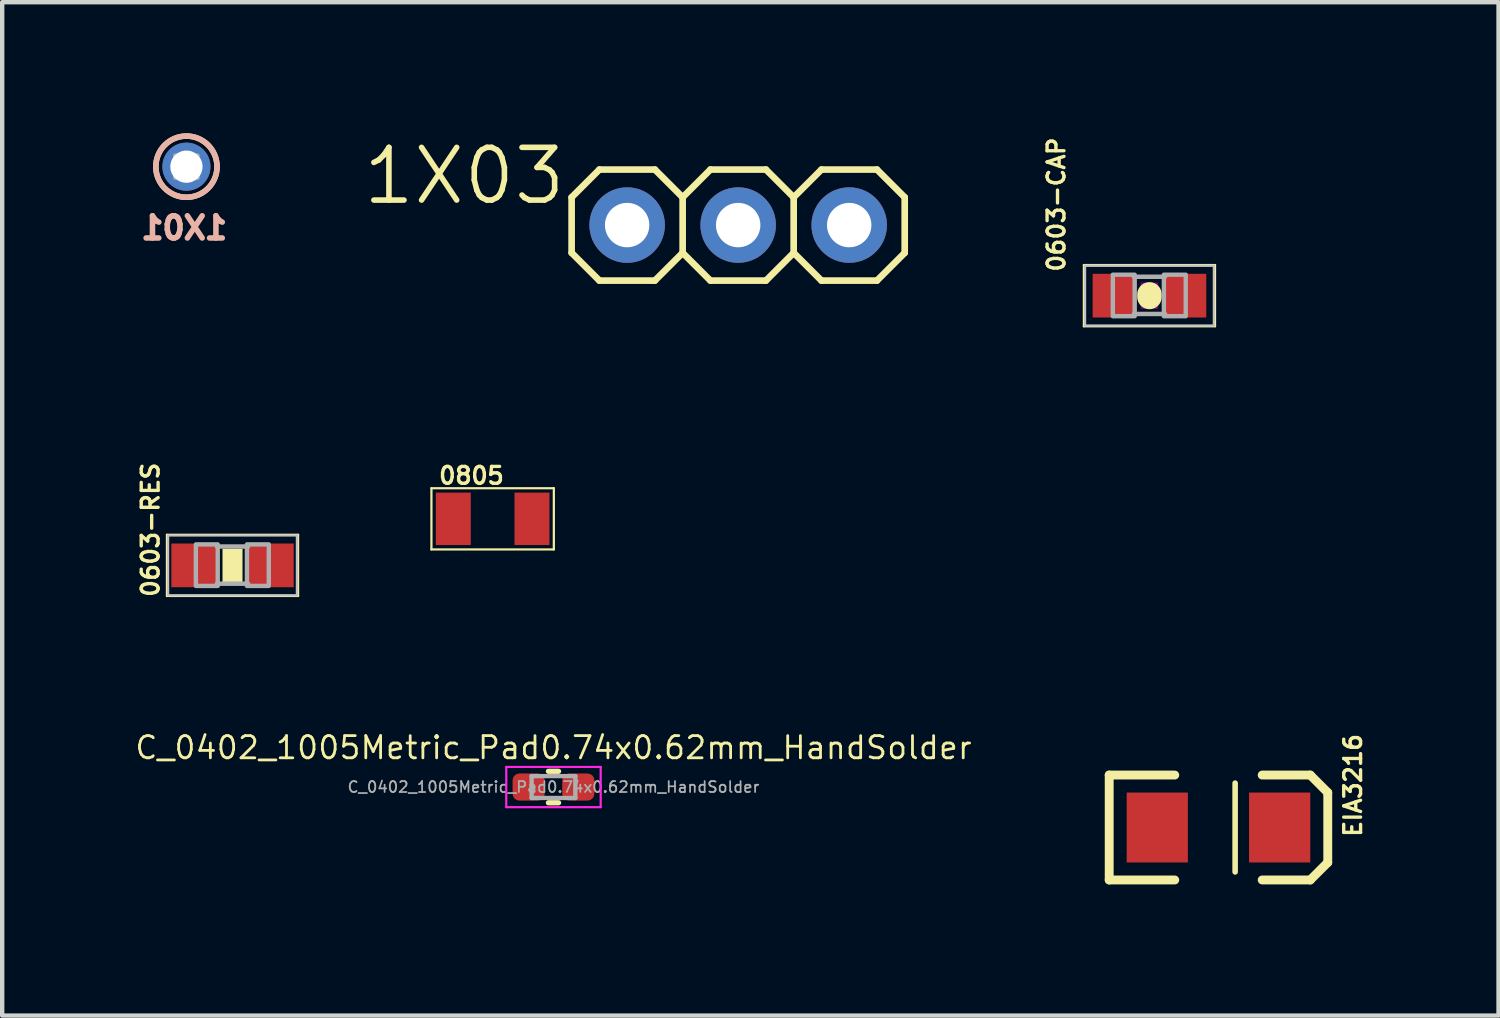
<source format=kicad_pcb>
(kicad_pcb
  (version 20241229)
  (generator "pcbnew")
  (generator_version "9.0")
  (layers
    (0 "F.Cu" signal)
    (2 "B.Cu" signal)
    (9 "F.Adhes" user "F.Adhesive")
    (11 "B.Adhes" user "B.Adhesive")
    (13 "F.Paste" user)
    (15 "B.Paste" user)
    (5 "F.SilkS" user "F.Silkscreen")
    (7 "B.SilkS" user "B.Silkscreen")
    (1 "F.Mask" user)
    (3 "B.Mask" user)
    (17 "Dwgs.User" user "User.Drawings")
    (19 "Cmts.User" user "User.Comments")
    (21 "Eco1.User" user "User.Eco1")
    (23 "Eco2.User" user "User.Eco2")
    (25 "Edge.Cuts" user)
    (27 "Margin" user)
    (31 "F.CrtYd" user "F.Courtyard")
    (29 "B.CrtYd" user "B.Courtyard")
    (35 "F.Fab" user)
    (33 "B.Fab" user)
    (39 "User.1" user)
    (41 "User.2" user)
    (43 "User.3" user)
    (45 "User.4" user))
  (footprint "1X03"
    (layer "F.Cu")
    (at 13.837 2.099)
    (property "Reference" "1X03" (at -3.886 -1.829 0) (layer "F.SilkS") (effects (font (size 1.206 1.206) (thickness 0.127)) (justify right top)))
    (attr through_hole)
    (fp_line (start -3.81 -0.635) (end -3.81 0.635) (stroke (width 0.152) (type solid)) (layer "F.SilkS"))
    (fp_line (start -3.81 0.635) (end -3.175 1.27) (stroke (width 0.152) (type solid)) (layer "F.SilkS"))
    (fp_line (start -3.175 -1.27) (end -3.81 -0.635) (stroke (width 0.152) (type solid)) (layer "F.SilkS"))
    (fp_line (start -3.175 -1.27) (end -1.905 -1.27) (stroke (width 0.152) (type solid)) (layer "F.SilkS"))
    (fp_line (start -1.905 -1.27) (end -1.27 -0.635) (stroke (width 0.152) (type solid)) (layer "F.SilkS"))
    (fp_line (start -1.905 1.27) (end -3.175 1.27) (stroke (width 0.152) (type solid)) (layer "F.SilkS"))
    (fp_line (start -1.27 -0.635) (end -1.27 0.635) (stroke (width 0.152) (type solid)) (layer "F.SilkS"))
    (fp_line (start -1.27 -0.635) (end -0.635 -1.27) (stroke (width 0.152) (type solid)) (layer "F.SilkS"))
    (fp_line (start -1.27 0.635) (end -1.905 1.27) (stroke (width 0.152) (type solid)) (layer "F.SilkS"))
    (fp_line (start -0.635 -1.27) (end 0.635 -1.27) (stroke (width 0.152) (type solid)) (layer "F.SilkS"))
    (fp_line (start -0.635 1.27) (end -1.27 0.635) (stroke (width 0.152) (type solid)) (layer "F.SilkS"))
    (fp_line (start 0.635 -1.27) (end 1.27 -0.635) (stroke (width 0.152) (type solid)) (layer "F.SilkS"))
    (fp_line (start 0.635 1.27) (end -0.635 1.27) (stroke (width 0.152) (type solid)) (layer "F.SilkS"))
    (fp_line (start 1.27 -0.635) (end 1.27 0.635) (stroke (width 0.152) (type solid)) (layer "F.SilkS"))
    (fp_line (start 1.27 -0.635) (end 1.905 -1.27) (stroke (width 0.152) (type solid)) (layer "F.SilkS"))
    (fp_line (start 1.27 0.635) (end 0.635 1.27) (stroke (width 0.152) (type solid)) (layer "F.SilkS"))
    (fp_line (start 1.905 -1.27) (end 3.175 -1.27) (stroke (width 0.152) (type solid)) (layer "F.SilkS"))
    (fp_line (start 1.905 1.27) (end 1.27 0.635) (stroke (width 0.152) (type solid)) (layer "F.SilkS"))
    (fp_line (start 3.175 -1.27) (end 3.81 -0.635) (stroke (width 0.152) (type solid)) (layer "F.SilkS"))
    (fp_line (start 3.175 1.27) (end 1.905 1.27) (stroke (width 0.152) (type solid)) (layer "F.SilkS"))
    (fp_line (start 3.81 -0.635) (end 3.81 0.635) (stroke (width 0.152) (type solid)) (layer "F.SilkS"))
    (fp_line (start 3.81 0.635) (end 3.175 1.27) (stroke (width 0.152) (type solid)) (layer "F.SilkS"))
    (fp_poly (pts (xy -2.794 0.254) (xy -2.286 0.254) (xy -2.286 -0.254) (xy -2.794 -0.254)) (stroke (width 0.1) (type solid)) (fill no) (layer "F.Fab"))
    (fp_poly (pts (xy -0.254 0.254) (xy 0.254 0.254) (xy 0.254 -0.254) (xy -0.254 -0.254)) (stroke (width 0.1) (type solid)) (fill no) (layer "F.Fab"))
    (fp_poly (pts (xy 2.286 0.254) (xy 2.794 0.254) (xy 2.794 -0.254) (xy 2.286 -0.254)) (stroke (width 0.1) (type solid)) (fill no) (layer "F.Fab"))
    (pad "1" thru_hole circle (at -2.54 0 90) (size 1.727 1.727) (drill 1.016) (layers "*.Cu" "*.Mask"))
    (pad "2" thru_hole circle (at 0 0 90) (size 1.727 1.727) (drill 1.016) (layers "*.Cu" "*.Mask"))
    (pad "3" thru_hole circle (at 2.54 0 90) (size 1.727 1.727) (drill 1.016) (layers "*.Cu" "*.Mask")))
  (footprint "0603-RES"
    (layer "F.Cu")
    (at 2.269 9.884)
    (property "Reference" "0603-RES" (at -1.651 0.762 90) (layer "F.SilkS") (effects (font (size 0.386 0.386) (thickness 0.077)) (justify left bottom)))
    (attr through_hole)
    (fp_line (start -1.5 -0.7) (end 1.5 -0.7) (stroke (width 0.051) (type solid)) (layer "F.SilkS"))
    (fp_line (start -1.5 0.7) (end -1.5 -0.7) (stroke (width 0.051) (type solid)) (layer "F.SilkS"))
    (fp_line (start 1.5 -0.7) (end 1.5 0.7) (stroke (width 0.051) (type solid)) (layer "F.SilkS"))
    (fp_line (start 1.5 0.7) (end -1.5 0.7) (stroke (width 0.051) (type solid)) (layer "F.SilkS"))
    (fp_poly (pts (xy -0.229 0.381) (xy 0.229 0.381) (xy 0.229 -0.381) (xy -0.229 -0.381)) (stroke (width 0) (type solid)) (fill yes) (layer "F.SilkS"))
    (fp_poly (pts (xy -0.2 0.3) (xy 0.2 0.3) (xy 0.2 -0.3) (xy -0.2 -0.3)) (stroke (width 0) (type solid)) (fill yes) (layer "F.Adhes"))
    (fp_line (start -1.473 -0.683) (end 1.473 -0.683) (stroke (width 0.051) (type solid)) (layer "Dwgs.User"))
    (fp_line (start -1.473 0.683) (end -1.473 -0.683) (stroke (width 0.051) (type solid)) (layer "Dwgs.User"))
    (fp_line (start 1.473 -0.683) (end 1.473 0.683) (stroke (width 0.051) (type solid)) (layer "Dwgs.User"))
    (fp_line (start 1.473 0.683) (end -1.473 0.683) (stroke (width 0.051) (type solid)) (layer "Dwgs.User"))
    (fp_line (start -0.356 -0.432) (end 0.356 -0.432) (stroke (width 0.102) (type solid)) (layer "F.Fab"))
    (fp_line (start -0.356 0.419) (end 0.356 0.419) (stroke (width 0.102) (type solid)) (layer "F.Fab"))
    (fp_poly (pts (xy -0.838 0.47) (xy -0.338 0.47) (xy -0.338 -0.48) (xy -0.838 -0.48)) (stroke (width 0.1) (type solid)) (fill no) (layer "F.Fab"))
    (fp_poly (pts (xy 0.33 0.47) (xy 0.83 0.47) (xy 0.83 -0.48) (xy 0.33 -0.48)) (stroke (width 0.1) (type solid)) (fill no) (layer "F.Fab"))
    (pad "1" smd rect (at -0.85 0) (size 1.1 1) (layers "F.Cu" "F.Mask" "F.Paste"))
    (pad "2" smd rect (at 0.85 0) (size 1.1 1) (layers "F.Cu" "F.Mask" "F.Paste")))
  (footprint "1X01"
    (layer "F.Cu")
    (at 1.215 0.763)
    (property "Reference" "1X01" (at 1 1.7 0) (layer "B.SilkS") (effects (font (size 0.508 0.508) (thickness 0.127)) (justify left bottom mirror)))
    (fp_circle (center 0 0) (end 0.7 0) (stroke (width 0.127) (type solid)) (fill no) (layer "F.SilkS"))
    (fp_circle (center 0 0) (end 0.7 0) (stroke (width 0.127) (type solid)) (fill no) (layer "B.SilkS"))
    (fp_poly (pts (xy -0.254 0.254) (xy 0.254 0.254) (xy 0.254 -0.254) (xy -0.254 -0.254)) (stroke (width 0.1) (type solid)) (fill no) (layer "F.Fab"))
    (pad "1" thru_hole circle (at 0 0) (size 1.1 1.1) (drill 0.737) (layers "*.Cu" "*.Mask")))
  (footprint "EIA3216"
    (layer "F.Cu")
    (at 24.825 15.881)
    (property "Reference" "EIA3216" (at 3.302 0.254 270) (layer "F.SilkS") (effects (font (size 0.386 0.386) (thickness 0.077)) (justify left bottom)))
    (attr through_hole)
    (fp_line (start -2.5 -1.2) (end -1 -1.2) (stroke (width 0.203) (type solid)) (layer "F.SilkS"))
    (fp_line (start -2.5 1.2) (end -2.5 -1.2) (stroke (width 0.203) (type solid)) (layer "F.SilkS"))
    (fp_line (start -1 1.2) (end -2.5 1.2) (stroke (width 0.203) (type solid)) (layer "F.SilkS"))
    (fp_line (start 0.381 -1.016) (end 0.381 1.016) (stroke (width 0.127) (type solid)) (layer "F.SilkS"))
    (fp_line (start 1 1.2) (end 2.1 1.2) (stroke (width 0.203) (type solid)) (layer "F.SilkS"))
    (fp_line (start 2.1 -1.2) (end 1 -1.2) (stroke (width 0.203) (type solid)) (layer "F.SilkS"))
    (fp_line (start 2.1 1.2) (end 2.5 0.8) (stroke (width 0.203) (type solid)) (layer "F.SilkS"))
    (fp_line (start 2.5 -0.8) (end 2.1 -1.2) (stroke (width 0.203) (type solid)) (layer "F.SilkS"))
    (fp_line (start 2.5 0.8) (end 2.5 -0.8) (stroke (width 0.203) (type solid)) (layer "F.SilkS"))
    (pad "A" smd rect (at 1.4 0 90) (size 1.6 1.4) (layers "F.Cu" "F.Mask" "F.Paste"))
    (pad "C" smd rect (at -1.4 0 90) (size 1.6 1.4) (layers "F.Cu" "F.Mask" "F.Paste")))
  (footprint "C_0402_1005Metric_Pad0.74x0.62mm_HandSolder"
    (layer "F.Cu")
    (at 9.612 14.955)
    (property "Reference" "C_0402_1005Metric_Pad0.74x0.62mm_HandSolder" (at 0 -0.9 0) (layer "F.SilkS") (effects (font (size 0.508 0.508) (thickness 0.064))))
    (attr smd)
    (fp_line (start -0.116 -0.36) (end 0.116 -0.36) (stroke (width 0.12) (type solid)) (layer "F.SilkS"))
    (fp_line (start -0.116 0.36) (end 0.116 0.36) (stroke (width 0.12) (type solid)) (layer "F.SilkS"))
    (fp_line (start -1.08 -0.46) (end 1.08 -0.46) (stroke (width 0.05) (type solid)) (layer "F.CrtYd"))
    (fp_line (start -1.08 0.46) (end -1.08 -0.46) (stroke (width 0.05) (type solid)) (layer "F.CrtYd"))
    (fp_line (start 1.08 -0.46) (end 1.08 0.46) (stroke (width 0.05) (type solid)) (layer "F.CrtYd"))
    (fp_line (start 1.08 0.46) (end -1.08 0.46) (stroke (width 0.05) (type solid)) (layer "F.CrtYd"))
    (fp_line (start -0.5 -0.25) (end 0.5 -0.25) (stroke (width 0.1) (type solid)) (layer "F.Fab"))
    (fp_line (start -0.5 0.25) (end -0.5 -0.25) (stroke (width 0.1) (type solid)) (layer "F.Fab"))
    (fp_line (start 0.5 -0.25) (end 0.5 0.25) (stroke (width 0.1) (type solid)) (layer "F.Fab"))
    (fp_line (start 0.5 0.25) (end -0.5 0.25) (stroke (width 0.1) (type solid)) (layer "F.Fab"))
    (fp_text user "${REFERENCE}" (at 0 0 0) (layer "F.Fab") (effects (font (size 0.25 0.25) (thickness 0.04))))
    (pad "1" smd roundrect (at -0.568 0) (size 0.735 0.62) (layers "F.Cu" "F.Mask" "F.Paste") (roundrect_rratio 0.25))
    (pad "2" smd roundrect (at 0.568 0) (size 0.735 0.62) (layers "F.Cu" "F.Mask" "F.Paste") (roundrect_rratio 0.25)))
  (footprint "0805"
    (layer "F.Cu")
    (at 8.22 8.819)
    (property "Reference" "0805" (at -1.27 -0.762 180) (layer "F.SilkS") (effects (font (size 0.386 0.386) (thickness 0.077)) (justify left bottom)))
    (attr through_hole)
    (fp_line (start -1.4 -0.7) (end 1.4 -0.7) (stroke (width 0.051) (type solid)) (layer "F.SilkS"))
    (fp_line (start -1.4 0.7) (end -1.4 -0.7) (stroke (width 0.051) (type solid)) (layer "F.SilkS"))
    (fp_line (start 1.4 -0.7) (end 1.4 0.7) (stroke (width 0.051) (type solid)) (layer "F.SilkS"))
    (fp_line (start 1.4 0.7) (end -1.4 0.7) (stroke (width 0.051) (type solid)) (layer "F.SilkS"))
    (pad "1" smd rect (at -0.9 0) (size 0.8 1.2) (layers "F.Cu" "F.Mask" "F.Paste"))
    (pad "2" smd rect (at 0.9 0) (size 0.8 1.2) (layers "F.Cu" "F.Mask" "F.Paste")))
  (footprint "0603-CAP"
    (layer "F.Cu")
    (at 23.246 3.714)
    (property "Reference" "0603-CAP" (at -1.905 -0.508 270) (layer "F.SilkS") (effects (font (size 0.386 0.386) (thickness 0.077)) (justify left bottom)))
    (attr through_hole)
    (fp_line (start -1.5 -0.7) (end 1.5 -0.7) (stroke (width 0.051) (type solid)) (layer "F.SilkS"))
    (fp_line (start -1.5 0.7) (end -1.5 -0.7) (stroke (width 0.051) (type solid)) (layer "F.SilkS"))
    (fp_line (start 0 -0.03) (end 0 0.03) (stroke (width 0.559) (type solid)) (layer "F.SilkS"))
    (fp_line (start 1.5 -0.7) (end 1.5 0.7) (stroke (width 0.051) (type solid)) (layer "F.SilkS"))
    (fp_line (start 1.5 0.7) (end -1.5 0.7) (stroke (width 0.051) (type solid)) (layer "F.SilkS"))
    (fp_poly (pts (xy -0.2 0.3) (xy 0.2 0.3) (xy 0.2 -0.3) (xy -0.2 -0.3)) (stroke (width 0) (type solid)) (fill yes) (layer "F.Adhes"))
    (fp_line (start -1.473 -0.683) (end 1.473 -0.683) (stroke (width 0.051) (type solid)) (layer "Dwgs.User"))
    (fp_line (start -1.473 0.683) (end -1.473 -0.683) (stroke (width 0.051) (type solid)) (layer "Dwgs.User"))
    (fp_line (start 1.473 -0.683) (end 1.473 0.683) (stroke (width 0.051) (type solid)) (layer "Dwgs.User"))
    (fp_line (start 1.473 0.683) (end -1.473 0.683) (stroke (width 0.051) (type solid)) (layer "Dwgs.User"))
    (fp_line (start -0.356 -0.432) (end 0.356 -0.432) (stroke (width 0.102) (type solid)) (layer "F.Fab"))
    (fp_line (start -0.356 0.419) (end 0.356 0.419) (stroke (width 0.102) (type solid)) (layer "F.Fab"))
    (fp_poly (pts (xy -0.838 0.47) (xy -0.338 0.47) (xy -0.338 -0.48) (xy -0.838 -0.48)) (stroke (width 0.1) (type solid)) (fill no) (layer "F.Fab"))
    (fp_poly (pts (xy 0.33 0.47) (xy 0.83 0.47) (xy 0.83 -0.48) (xy 0.33 -0.48)) (stroke (width 0.1) (type solid)) (fill no) (layer "F.Fab"))
    (pad "1" smd rect (at -0.8 0) (size 1 1) (layers "F.Cu" "F.Mask" "F.Paste"))
    (pad "2" smd rect (at 0.8 0) (size 1 1) (layers "F.Cu" "F.Mask" "F.Paste")))
  (gr_rect
    (start -3 -3)
    (end 31.232 20.183)
    (stroke (width 0.1) (type default))
    (fill no)
    (layer "Edge.Cuts")))
</source>
